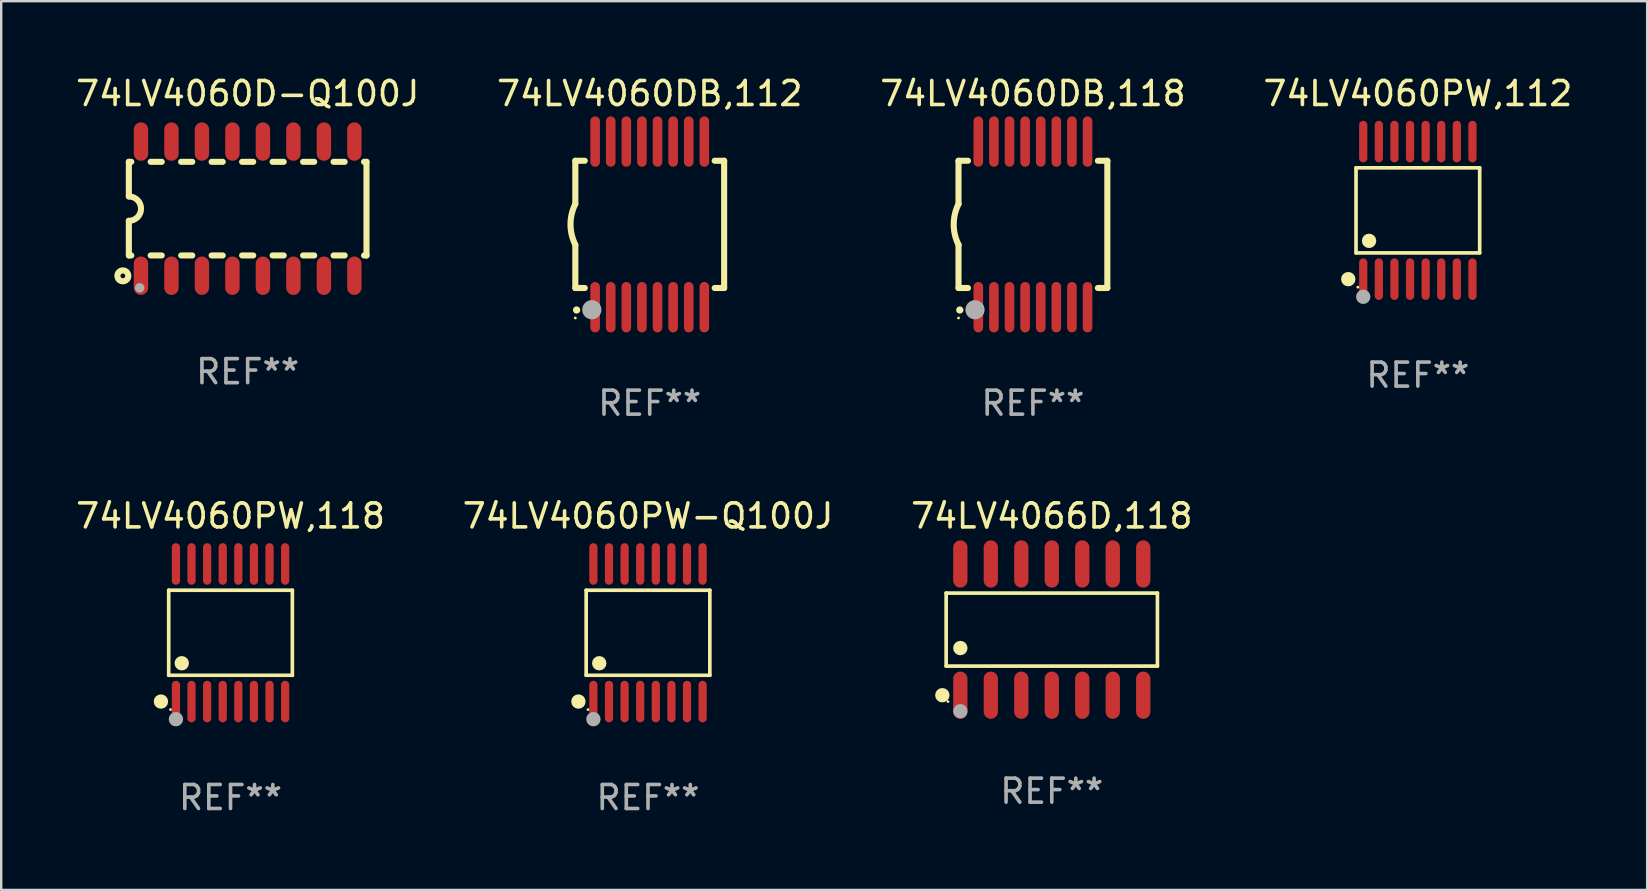
<source format=kicad_pcb>
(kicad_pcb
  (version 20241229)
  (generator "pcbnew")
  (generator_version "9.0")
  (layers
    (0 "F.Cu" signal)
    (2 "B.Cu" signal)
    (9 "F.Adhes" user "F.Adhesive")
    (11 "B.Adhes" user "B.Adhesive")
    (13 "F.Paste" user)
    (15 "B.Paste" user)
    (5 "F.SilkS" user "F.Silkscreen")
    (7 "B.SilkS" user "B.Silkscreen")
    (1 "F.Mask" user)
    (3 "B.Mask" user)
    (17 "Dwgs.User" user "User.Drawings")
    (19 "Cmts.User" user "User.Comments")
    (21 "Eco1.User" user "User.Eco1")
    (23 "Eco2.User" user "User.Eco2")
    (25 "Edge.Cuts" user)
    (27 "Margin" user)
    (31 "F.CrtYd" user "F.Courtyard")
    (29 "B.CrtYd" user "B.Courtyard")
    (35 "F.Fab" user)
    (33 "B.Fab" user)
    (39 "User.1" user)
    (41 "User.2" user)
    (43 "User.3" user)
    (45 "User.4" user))
  (footprint "74LV4060DB,112"
    (layer "F.Cu")
    (at 24.018 6.298)
    (property "Reference" "74LV4060DB,112" (at 0 -5.45 0) (layer "F.SilkS") (effects (font (size 1 1) (thickness 0.15))))
    (attr through_hole)
    (fp_line (start -3.1 -2.65) (end -3.1 -0.85) (stroke (width 0.254) (type solid)) (layer "F.SilkS"))
    (fp_line (start -3.1 -2.65) (end -2.706 -2.65) (stroke (width 0.254) (type solid)) (layer "F.SilkS"))
    (fp_line (start -3.1 2.65) (end -3.1 0.85) (stroke (width 0.254) (type solid)) (layer "F.SilkS"))
    (fp_line (start -3.1 2.65) (end -2.706 2.65) (stroke (width 0.254) (type solid)) (layer "F.SilkS"))
    (fp_line (start 2.706 -2.65) (end 3.1 -2.65) (stroke (width 0.254) (type solid)) (layer "F.SilkS"))
    (fp_line (start 2.706 2.65) (end 3.1 2.65) (stroke (width 0.254) (type solid)) (layer "F.SilkS"))
    (fp_line (start 3.1 -2.65) (end 3.1 2.65) (stroke (width 0.254) (type solid)) (layer "F.SilkS"))
    (fp_arc (start -3.098907 0.850902) (mid -3.300057 0.000523) (end -3.1 -0.850114) (stroke (width 0.254001) (type solid)) (layer "F.SilkS"))
    (fp_arc (start -3.048006 3.566066) (mid -3.046736 3.566061) (end -3.045466 3.566066) (stroke (width 0.3) (type solid)) (layer "F.SilkS"))
    (fp_circle (center -3.1 3.9) (end -3.07 3.9) (stroke (width 0.06) (type solid)) (fill no) (layer "F.SilkS"))
    (fp_circle (center -2.413 3.556) (end -2.213 3.556) (stroke (width 0.4) (type solid)) (fill no) (layer "F.Fab"))
    (fp_text user "REF**" (at 0 7.45 0) (layer "F.Fab") (effects (font (size 1 1) (thickness 0.15))))
    (pad "1" smd oval (at -2.275 3.45 180) (size 0.4 2.1) (layers "F.Cu" "F.Mask" "F.Paste"))
    (pad "2" smd oval (at -1.625 3.45 180) (size 0.4 2.1) (layers "F.Cu" "F.Mask" "F.Paste"))
    (pad "3" smd oval (at -0.975 3.45 180) (size 0.4 2.1) (layers "F.Cu" "F.Mask" "F.Paste"))
    (pad "4" smd oval (at -0.325 3.45 180) (size 0.4 2.1) (layers "F.Cu" "F.Mask" "F.Paste"))
    (pad "5" smd oval (at 0.325 3.45 180) (size 0.4 2.1) (layers "F.Cu" "F.Mask" "F.Paste"))
    (pad "6" smd oval (at 0.975 3.45 180) (size 0.4 2.1) (layers "F.Cu" "F.Mask" "F.Paste"))
    (pad "7" smd oval (at 1.625 3.45 180) (size 0.4 2.1) (layers "F.Cu" "F.Mask" "F.Paste"))
    (pad "8" smd oval (at 2.275 3.45 180) (size 0.4 2.1) (layers "F.Cu" "F.Mask" "F.Paste"))
    (pad "9" smd oval (at 2.275 -3.45 180) (size 0.4 2.1) (layers "F.Cu" "F.Mask" "F.Paste"))
    (pad "10" smd oval (at 1.625 -3.45 180) (size 0.4 2.1) (layers "F.Cu" "F.Mask" "F.Paste"))
    (pad "11" smd oval (at 0.975 -3.45 180) (size 0.4 2.1) (layers "F.Cu" "F.Mask" "F.Paste"))
    (pad "12" smd oval (at 0.325 -3.45 180) (size 0.4 2.1) (layers "F.Cu" "F.Mask" "F.Paste"))
    (pad "13" smd oval (at -0.325 -3.45 180) (size 0.4 2.1) (layers "F.Cu" "F.Mask" "F.Paste"))
    (pad "14" smd oval (at -0.975 -3.45 180) (size 0.4 2.1) (layers "F.Cu" "F.Mask" "F.Paste"))
    (pad "15" smd oval (at -1.625 -3.45 180) (size 0.4 2.1) (layers "F.Cu" "F.Mask" "F.Paste"))
    (pad "16" smd oval (at -2.275 -3.45 180) (size 0.4 2.1) (layers "F.Cu" "F.Mask" "F.Paste")))
  (footprint "74LV4060D-Q100J"
    (layer "F.Cu")
    (at 7.268 5.642)
    (property "Reference" "74LV4060D-Q100J" (at 0 -4.794 0) (layer "F.SilkS") (effects (font (size 1 1) (thickness 0.15))))
    (attr through_hole)
    (fp_line (start -4.95 -1.95) (end -4.95 -0.508) (stroke (width 0.254) (type solid)) (layer "F.SilkS"))
    (fp_line (start -4.95 -1.95) (end -4.849 -1.95) (stroke (width 0.254) (type solid)) (layer "F.SilkS"))
    (fp_line (start -4.95 1.95) (end -4.95 0.508) (stroke (width 0.254) (type solid)) (layer "F.SilkS"))
    (fp_line (start -4.95 1.95) (end -4.849 1.95) (stroke (width 0.254) (type solid)) (layer "F.SilkS"))
    (fp_line (start -4.041 -1.95) (end -3.579 -1.95) (stroke (width 0.254) (type solid)) (layer "F.SilkS"))
    (fp_line (start -4.041 1.95) (end -3.579 1.95) (stroke (width 0.254) (type solid)) (layer "F.SilkS"))
    (fp_line (start -2.771 -1.95) (end -2.309 -1.95) (stroke (width 0.254) (type solid)) (layer "F.SilkS"))
    (fp_line (start -2.771 1.95) (end -2.309 1.95) (stroke (width 0.254) (type solid)) (layer "F.SilkS"))
    (fp_line (start -1.501 -1.95) (end -1.039 -1.95) (stroke (width 0.254) (type solid)) (layer "F.SilkS"))
    (fp_line (start -1.501 1.95) (end -1.039 1.95) (stroke (width 0.254) (type solid)) (layer "F.SilkS"))
    (fp_line (start -0.231 -1.95) (end 0.231 -1.95) (stroke (width 0.254) (type solid)) (layer "F.SilkS"))
    (fp_line (start -0.231 1.95) (end 0.231 1.95) (stroke (width 0.254) (type solid)) (layer "F.SilkS"))
    (fp_line (start 1.039 -1.95) (end 1.501 -1.95) (stroke (width 0.254) (type solid)) (layer "F.SilkS"))
    (fp_line (start 1.039 1.95) (end 1.501 1.95) (stroke (width 0.254) (type solid)) (layer "F.SilkS"))
    (fp_line (start 2.309 -1.95) (end 2.771 -1.95) (stroke (width 0.254) (type solid)) (layer "F.SilkS"))
    (fp_line (start 2.309 1.95) (end 2.771 1.95) (stroke (width 0.254) (type solid)) (layer "F.SilkS"))
    (fp_line (start 3.579 -1.95) (end 4.041 -1.95) (stroke (width 0.254) (type solid)) (layer "F.SilkS"))
    (fp_line (start 3.579 1.95) (end 4.041 1.95) (stroke (width 0.254) (type solid)) (layer "F.SilkS"))
    (fp_line (start 4.849 -1.95) (end 4.95 -1.95) (stroke (width 0.254) (type solid)) (layer "F.SilkS"))
    (fp_line (start 4.849 1.95) (end 4.95 1.95) (stroke (width 0.254) (type solid)) (layer "F.SilkS"))
    (fp_line (start 4.95 -1.95) (end 4.95 1.95) (stroke (width 0.254) (type solid)) (layer "F.SilkS"))
    (fp_arc (start -4.95047 -0.508001) (mid -4.442469 -0.000228) (end -4.950013 0.508001) (stroke (width 0.254001) (type solid)) (layer "F.SilkS"))
    (fp_circle (center -5.2 2.8) (end -5.1 2.8) (stroke (width 0.254) (type solid)) (fill no) (layer "F.SilkS"))
    (fp_circle (center -4.95 2.947) (end -4.92 2.947) (stroke (width 0.06) (type solid)) (fill no) (layer "F.SilkS"))
    (fp_circle (center -4.5 3.3) (end -4.4 3.3) (stroke (width 0.2) (type solid)) (fill no) (layer "F.Fab"))
    (fp_text user "REF**" (at 0 6.794 0) (layer "F.Fab") (effects (font (size 1 1) (thickness 0.15))))
    (pad "1" smd oval (at -4.445 2.794) (size 0.6 1.6) (layers "F.Cu" "F.Mask" "F.Paste"))
    (pad "2" smd oval (at -3.175 2.794) (size 0.6 1.6) (layers "F.Cu" "F.Mask" "F.Paste"))
    (pad "3" smd oval (at -1.905 2.794) (size 0.6 1.6) (layers "F.Cu" "F.Mask" "F.Paste"))
    (pad "4" smd oval (at -0.635 2.794) (size 0.6 1.6) (layers "F.Cu" "F.Mask" "F.Paste"))
    (pad "5" smd oval (at 0.635 2.794) (size 0.6 1.6) (layers "F.Cu" "F.Mask" "F.Paste"))
    (pad "6" smd oval (at 1.905 2.794) (size 0.6 1.6) (layers "F.Cu" "F.Mask" "F.Paste"))
    (pad "7" smd oval (at 3.175 2.794) (size 0.6 1.6) (layers "F.Cu" "F.Mask" "F.Paste"))
    (pad "8" smd oval (at 4.445 2.794) (size 0.6 1.6) (layers "F.Cu" "F.Mask" "F.Paste"))
    (pad "9" smd oval (at 4.445 -2.794) (size 0.6 1.6) (layers "F.Cu" "F.Mask" "F.Paste"))
    (pad "10" smd oval (at 3.175 -2.794) (size 0.6 1.6) (layers "F.Cu" "F.Mask" "F.Paste"))
    (pad "11" smd oval (at 1.905 -2.794) (size 0.6 1.6) (layers "F.Cu" "F.Mask" "F.Paste"))
    (pad "12" smd oval (at 0.635 -2.794) (size 0.6 1.6) (layers "F.Cu" "F.Mask" "F.Paste"))
    (pad "13" smd oval (at -0.635 -2.794) (size 0.6 1.6) (layers "F.Cu" "F.Mask" "F.Paste"))
    (pad "14" smd oval (at -1.905 -2.794) (size 0.6 1.6) (layers "F.Cu" "F.Mask" "F.Paste"))
    (pad "15" smd oval (at -3.175 -2.794) (size 0.6 1.6) (layers "F.Cu" "F.Mask" "F.Paste"))
    (pad "16" smd oval (at -4.445 -2.794) (size 0.6 1.6) (layers "F.Cu" "F.Mask" "F.Paste")))
  (footprint "74LV4066D,118"
    (layer "F.Cu")
    (at 40.768 23.179)
    (property "Reference" "74LV4066D,118" (at 0 -4.734 0) (layer "F.SilkS") (effects (font (size 1 1) (thickness 0.15))))
    (attr through_hole)
    (fp_line (start -4.401 -1.521) (end 4.401 -1.521) (stroke (width 0.152) (type solid)) (layer "F.SilkS"))
    (fp_line (start -4.401 1.521) (end -4.401 -1.521) (stroke (width 0.152) (type solid)) (layer "F.SilkS"))
    (fp_line (start 4.401 -1.521) (end 4.401 1.521) (stroke (width 0.152) (type solid)) (layer "F.SilkS"))
    (fp_line (start 4.401 1.521) (end -4.401 1.521) (stroke (width 0.152) (type solid)) (layer "F.SilkS"))
    (fp_circle (center -4.56 2.734) (end -4.41 2.734) (stroke (width 0.3) (type solid)) (fill no) (layer "F.SilkS"))
    (fp_circle (center -4.325 3) (end -4.295 3) (stroke (width 0.06) (type solid)) (fill no) (layer "F.SilkS"))
    (fp_circle (center -3.81 0.769) (end -3.66 0.769) (stroke (width 0.3) (type solid)) (fill no) (layer "F.SilkS"))
    (fp_circle (center -3.81 3.4) (end -3.66 3.4) (stroke (width 0.3) (type solid)) (fill no) (layer "F.Fab"))
    (fp_text user "REF**" (at 0 6.734 0) (layer "F.Fab") (effects (font (size 1 1) (thickness 0.15))))
    (pad "1" smd oval (at -3.81 2.734) (size 0.595 1.968) (layers "F.Cu" "F.Mask" "F.Paste"))
    (pad "2" smd oval (at -2.54 2.734) (size 0.595 1.968) (layers "F.Cu" "F.Mask" "F.Paste"))
    (pad "3" smd oval (at -1.27 2.734) (size 0.595 1.968) (layers "F.Cu" "F.Mask" "F.Paste"))
    (pad "4" smd oval (at 0 2.734) (size 0.595 1.968) (layers "F.Cu" "F.Mask" "F.Paste"))
    (pad "5" smd oval (at 1.27 2.734) (size 0.595 1.968) (layers "F.Cu" "F.Mask" "F.Paste"))
    (pad "6" smd oval (at 2.54 2.734) (size 0.595 1.968) (layers "F.Cu" "F.Mask" "F.Paste"))
    (pad "7" smd oval (at 3.81 2.734) (size 0.595 1.968) (layers "F.Cu" "F.Mask" "F.Paste"))
    (pad "8" smd oval (at 3.81 -2.734) (size 0.595 1.968) (layers "F.Cu" "F.Mask" "F.Paste"))
    (pad "9" smd oval (at 2.54 -2.734) (size 0.595 1.968) (layers "F.Cu" "F.Mask" "F.Paste"))
    (pad "10" smd oval (at 1.27 -2.734) (size 0.595 1.968) (layers "F.Cu" "F.Mask" "F.Paste"))
    (pad "11" smd oval (at 0 -2.734) (size 0.595 1.968) (layers "F.Cu" "F.Mask" "F.Paste"))
    (pad "12" smd oval (at -1.27 -2.734) (size 0.595 1.968) (layers "F.Cu" "F.Mask" "F.Paste"))
    (pad "13" smd oval (at -2.54 -2.734) (size 0.595 1.968) (layers "F.Cu" "F.Mask" "F.Paste"))
    (pad "14" smd oval (at -3.81 -2.734) (size 0.595 1.968) (layers "F.Cu" "F.Mask" "F.Paste")))
  (footprint "74LV4060PW,118"
    (layer "F.Cu")
    (at 6.554 23.311)
    (property "Reference" "74LV4060PW,118" (at 0 -4.866 0) (layer "F.SilkS") (effects (font (size 1 1) (thickness 0.15))))
    (attr through_hole)
    (fp_line (start -2.576 -1.772) (end 2.576 -1.772) (stroke (width 0.152) (type solid)) (layer "F.SilkS"))
    (fp_line (start -2.576 1.771) (end -2.576 -1.772) (stroke (width 0.152) (type solid)) (layer "F.SilkS"))
    (fp_line (start 2.576 -1.772) (end 2.576 1.771) (stroke (width 0.152) (type solid)) (layer "F.SilkS"))
    (fp_line (start 2.576 1.771) (end -2.576 1.771) (stroke (width 0.152) (type solid)) (layer "F.SilkS"))
    (fp_circle (center -2.899 2.866) (end -2.749 2.866) (stroke (width 0.3) (type solid)) (fill no) (layer "F.SilkS"))
    (fp_circle (center -2.5 3.2) (end -2.47 3.2) (stroke (width 0.06) (type solid)) (fill no) (layer "F.SilkS"))
    (fp_circle (center -2.032 1.27) (end -1.882 1.27) (stroke (width 0.3) (type solid)) (fill no) (layer "F.SilkS"))
    (fp_circle (center -2.275 3.6) (end -2.125 3.6) (stroke (width 0.3) (type solid)) (fill no) (layer "F.Fab"))
    (fp_text user "REF**" (at 0 6.866 0) (layer "F.Fab") (effects (font (size 1 1) (thickness 0.15))))
    (pad "1" smd oval (at -2.275 2.866) (size 0.343 1.731) (layers "F.Cu" "F.Mask" "F.Paste"))
    (pad "2" smd oval (at -1.625 2.866) (size 0.343 1.731) (layers "F.Cu" "F.Mask" "F.Paste"))
    (pad "3" smd oval (at -0.975 2.866) (size 0.343 1.731) (layers "F.Cu" "F.Mask" "F.Paste"))
    (pad "4" smd oval (at -0.325 2.866) (size 0.343 1.731) (layers "F.Cu" "F.Mask" "F.Paste"))
    (pad "5" smd oval (at 0.325 2.866) (size 0.343 1.731) (layers "F.Cu" "F.Mask" "F.Paste"))
    (pad "6" smd oval (at 0.975 2.866) (size 0.343 1.731) (layers "F.Cu" "F.Mask" "F.Paste"))
    (pad "7" smd oval (at 1.625 2.866) (size 0.343 1.731) (layers "F.Cu" "F.Mask" "F.Paste"))
    (pad "8" smd oval (at 2.275 2.866) (size 0.343 1.731) (layers "F.Cu" "F.Mask" "F.Paste"))
    (pad "9" smd oval (at 2.275 -2.866) (size 0.343 1.731) (layers "F.Cu" "F.Mask" "F.Paste"))
    (pad "10" smd oval (at 1.625 -2.866) (size 0.343 1.731) (layers "F.Cu" "F.Mask" "F.Paste"))
    (pad "11" smd oval (at 0.975 -2.866) (size 0.343 1.731) (layers "F.Cu" "F.Mask" "F.Paste"))
    (pad "12" smd oval (at 0.325 -2.866) (size 0.343 1.731) (layers "F.Cu" "F.Mask" "F.Paste"))
    (pad "13" smd oval (at -0.325 -2.866) (size 0.343 1.731) (layers "F.Cu" "F.Mask" "F.Paste"))
    (pad "14" smd oval (at -0.975 -2.866) (size 0.343 1.731) (layers "F.Cu" "F.Mask" "F.Paste"))
    (pad "15" smd oval (at -1.625 -2.866) (size 0.343 1.731) (layers "F.Cu" "F.Mask" "F.Paste"))
    (pad "16" smd oval (at -2.275 -2.866) (size 0.343 1.731) (layers "F.Cu" "F.Mask" "F.Paste")))
  (footprint "74LV4060PW-Q100J"
    (layer "F.Cu")
    (at 23.946 23.311)
    (property "Reference" "74LV4060PW-Q100J" (at 0 -4.866 0) (layer "F.SilkS") (effects (font (size 1 1) (thickness 0.15))))
    (attr through_hole)
    (fp_line (start -2.576 -1.772) (end 2.576 -1.772) (stroke (width 0.152) (type solid)) (layer "F.SilkS"))
    (fp_line (start -2.576 1.771) (end -2.576 -1.772) (stroke (width 0.152) (type solid)) (layer "F.SilkS"))
    (fp_line (start 2.576 -1.772) (end 2.576 1.771) (stroke (width 0.152) (type solid)) (layer "F.SilkS"))
    (fp_line (start 2.576 1.771) (end -2.576 1.771) (stroke (width 0.152) (type solid)) (layer "F.SilkS"))
    (fp_circle (center -2.899 2.866) (end -2.749 2.866) (stroke (width 0.3) (type solid)) (fill no) (layer "F.SilkS"))
    (fp_circle (center -2.5 3.2) (end -2.47 3.2) (stroke (width 0.06) (type solid)) (fill no) (layer "F.SilkS"))
    (fp_circle (center -2.032 1.27) (end -1.882 1.27) (stroke (width 0.3) (type solid)) (fill no) (layer "F.SilkS"))
    (fp_circle (center -2.275 3.6) (end -2.125 3.6) (stroke (width 0.3) (type solid)) (fill no) (layer "F.Fab"))
    (fp_text user "REF**" (at 0 6.866 0) (layer "F.Fab") (effects (font (size 1 1) (thickness 0.15))))
    (pad "1" smd oval (at -2.275 2.866) (size 0.343 1.731) (layers "F.Cu" "F.Mask" "F.Paste"))
    (pad "2" smd oval (at -1.625 2.866) (size 0.343 1.731) (layers "F.Cu" "F.Mask" "F.Paste"))
    (pad "3" smd oval (at -0.975 2.866) (size 0.343 1.731) (layers "F.Cu" "F.Mask" "F.Paste"))
    (pad "4" smd oval (at -0.325 2.866) (size 0.343 1.731) (layers "F.Cu" "F.Mask" "F.Paste"))
    (pad "5" smd oval (at 0.325 2.866) (size 0.343 1.731) (layers "F.Cu" "F.Mask" "F.Paste"))
    (pad "6" smd oval (at 0.975 2.866) (size 0.343 1.731) (layers "F.Cu" "F.Mask" "F.Paste"))
    (pad "7" smd oval (at 1.625 2.866) (size 0.343 1.731) (layers "F.Cu" "F.Mask" "F.Paste"))
    (pad "8" smd oval (at 2.275 2.866) (size 0.343 1.731) (layers "F.Cu" "F.Mask" "F.Paste"))
    (pad "9" smd oval (at 2.275 -2.866) (size 0.343 1.731) (layers "F.Cu" "F.Mask" "F.Paste"))
    (pad "10" smd oval (at 1.625 -2.866) (size 0.343 1.731) (layers "F.Cu" "F.Mask" "F.Paste"))
    (pad "11" smd oval (at 0.975 -2.866) (size 0.343 1.731) (layers "F.Cu" "F.Mask" "F.Paste"))
    (pad "12" smd oval (at 0.325 -2.866) (size 0.343 1.731) (layers "F.Cu" "F.Mask" "F.Paste"))
    (pad "13" smd oval (at -0.325 -2.866) (size 0.343 1.731) (layers "F.Cu" "F.Mask" "F.Paste"))
    (pad "14" smd oval (at -0.975 -2.866) (size 0.343 1.731) (layers "F.Cu" "F.Mask" "F.Paste"))
    (pad "15" smd oval (at -1.625 -2.866) (size 0.343 1.731) (layers "F.Cu" "F.Mask" "F.Paste"))
    (pad "16" smd oval (at -2.275 -2.866) (size 0.343 1.731) (layers "F.Cu" "F.Mask" "F.Paste")))
  (footprint "74LV4060DB,118"
    (layer "F.Cu")
    (at 39.982 6.298)
    (property "Reference" "74LV4060DB,118" (at 0 -5.45 0) (layer "F.SilkS") (effects (font (size 1 1) (thickness 0.15))))
    (attr through_hole)
    (fp_line (start -3.1 -2.65) (end -3.1 -0.85) (stroke (width 0.254) (type solid)) (layer "F.SilkS"))
    (fp_line (start -3.1 -2.65) (end -2.706 -2.65) (stroke (width 0.254) (type solid)) (layer "F.SilkS"))
    (fp_line (start -3.1 2.65) (end -3.1 0.85) (stroke (width 0.254) (type solid)) (layer "F.SilkS"))
    (fp_line (start -3.1 2.65) (end -2.706 2.65) (stroke (width 0.254) (type solid)) (layer "F.SilkS"))
    (fp_line (start 2.706 -2.65) (end 3.1 -2.65) (stroke (width 0.254) (type solid)) (layer "F.SilkS"))
    (fp_line (start 2.706 2.65) (end 3.1 2.65) (stroke (width 0.254) (type solid)) (layer "F.SilkS"))
    (fp_line (start 3.1 -2.65) (end 3.1 2.65) (stroke (width 0.254) (type solid)) (layer "F.SilkS"))
    (fp_arc (start -3.098907 0.850902) (mid -3.300057 0.000523) (end -3.1 -0.850114) (stroke (width 0.254001) (type solid)) (layer "F.SilkS"))
    (fp_arc (start -3.048006 3.566066) (mid -3.046736 3.566061) (end -3.045466 3.566066) (stroke (width 0.3) (type solid)) (layer "F.SilkS"))
    (fp_circle (center -3.1 3.9) (end -3.07 3.9) (stroke (width 0.06) (type solid)) (fill no) (layer "F.SilkS"))
    (fp_circle (center -2.413 3.556) (end -2.213 3.556) (stroke (width 0.4) (type solid)) (fill no) (layer "F.Fab"))
    (fp_text user "REF**" (at 0 7.45 0) (layer "F.Fab") (effects (font (size 1 1) (thickness 0.15))))
    (pad "1" smd oval (at -2.275 3.45 180) (size 0.4 2.1) (layers "F.Cu" "F.Mask" "F.Paste"))
    (pad "2" smd oval (at -1.625 3.45 180) (size 0.4 2.1) (layers "F.Cu" "F.Mask" "F.Paste"))
    (pad "3" smd oval (at -0.975 3.45 180) (size 0.4 2.1) (layers "F.Cu" "F.Mask" "F.Paste"))
    (pad "4" smd oval (at -0.325 3.45 180) (size 0.4 2.1) (layers "F.Cu" "F.Mask" "F.Paste"))
    (pad "5" smd oval (at 0.325 3.45 180) (size 0.4 2.1) (layers "F.Cu" "F.Mask" "F.Paste"))
    (pad "6" smd oval (at 0.975 3.45 180) (size 0.4 2.1) (layers "F.Cu" "F.Mask" "F.Paste"))
    (pad "7" smd oval (at 1.625 3.45 180) (size 0.4 2.1) (layers "F.Cu" "F.Mask" "F.Paste"))
    (pad "8" smd oval (at 2.275 3.45 180) (size 0.4 2.1) (layers "F.Cu" "F.Mask" "F.Paste"))
    (pad "9" smd oval (at 2.275 -3.45 180) (size 0.4 2.1) (layers "F.Cu" "F.Mask" "F.Paste"))
    (pad "10" smd oval (at 1.625 -3.45 180) (size 0.4 2.1) (layers "F.Cu" "F.Mask" "F.Paste"))
    (pad "11" smd oval (at 0.975 -3.45 180) (size 0.4 2.1) (layers "F.Cu" "F.Mask" "F.Paste"))
    (pad "12" smd oval (at 0.325 -3.45 180) (size 0.4 2.1) (layers "F.Cu" "F.Mask" "F.Paste"))
    (pad "13" smd oval (at -0.325 -3.45 180) (size 0.4 2.1) (layers "F.Cu" "F.Mask" "F.Paste"))
    (pad "14" smd oval (at -0.975 -3.45 180) (size 0.4 2.1) (layers "F.Cu" "F.Mask" "F.Paste"))
    (pad "15" smd oval (at -1.625 -3.45 180) (size 0.4 2.1) (layers "F.Cu" "F.Mask" "F.Paste"))
    (pad "16" smd oval (at -2.275 -3.45 180) (size 0.4 2.1) (layers "F.Cu" "F.Mask" "F.Paste")))
  (footprint "74LV4060PW,112"
    (layer "F.Cu")
    (at 56.018 5.714)
    (property "Reference" "74LV4060PW,112" (at 0 -4.866 0) (layer "F.SilkS") (effects (font (size 1 1) (thickness 0.15))))
    (attr through_hole)
    (fp_line (start -2.576 -1.772) (end 2.576 -1.772) (stroke (width 0.152) (type solid)) (layer "F.SilkS"))
    (fp_line (start -2.576 1.771) (end -2.576 -1.772) (stroke (width 0.152) (type solid)) (layer "F.SilkS"))
    (fp_line (start 2.576 -1.772) (end 2.576 1.771) (stroke (width 0.152) (type solid)) (layer "F.SilkS"))
    (fp_line (start 2.576 1.771) (end -2.576 1.771) (stroke (width 0.152) (type solid)) (layer "F.SilkS"))
    (fp_circle (center -2.899 2.866) (end -2.749 2.866) (stroke (width 0.3) (type solid)) (fill no) (layer "F.SilkS"))
    (fp_circle (center -2.5 3.2) (end -2.47 3.2) (stroke (width 0.06) (type solid)) (fill no) (layer "F.SilkS"))
    (fp_circle (center -2.032 1.27) (end -1.882 1.27) (stroke (width 0.3) (type solid)) (fill no) (layer "F.SilkS"))
    (fp_circle (center -2.275 3.6) (end -2.125 3.6) (stroke (width 0.3) (type solid)) (fill no) (layer "F.Fab"))
    (fp_text user "REF**" (at 0 6.866 0) (layer "F.Fab") (effects (font (size 1 1) (thickness 0.15))))
    (pad "1" smd oval (at -2.275 2.866) (size 0.343 1.731) (layers "F.Cu" "F.Mask" "F.Paste"))
    (pad "2" smd oval (at -1.625 2.866) (size 0.343 1.731) (layers "F.Cu" "F.Mask" "F.Paste"))
    (pad "3" smd oval (at -0.975 2.866) (size 0.343 1.731) (layers "F.Cu" "F.Mask" "F.Paste"))
    (pad "4" smd oval (at -0.325 2.866) (size 0.343 1.731) (layers "F.Cu" "F.Mask" "F.Paste"))
    (pad "5" smd oval (at 0.325 2.866) (size 0.343 1.731) (layers "F.Cu" "F.Mask" "F.Paste"))
    (pad "6" smd oval (at 0.975 2.866) (size 0.343 1.731) (layers "F.Cu" "F.Mask" "F.Paste"))
    (pad "7" smd oval (at 1.625 2.866) (size 0.343 1.731) (layers "F.Cu" "F.Mask" "F.Paste"))
    (pad "8" smd oval (at 2.275 2.866) (size 0.343 1.731) (layers "F.Cu" "F.Mask" "F.Paste"))
    (pad "9" smd oval (at 2.275 -2.866) (size 0.343 1.731) (layers "F.Cu" "F.Mask" "F.Paste"))
    (pad "10" smd oval (at 1.625 -2.866) (size 0.343 1.731) (layers "F.Cu" "F.Mask" "F.Paste"))
    (pad "11" smd oval (at 0.975 -2.866) (size 0.343 1.731) (layers "F.Cu" "F.Mask" "F.Paste"))
    (pad "12" smd oval (at 0.325 -2.866) (size 0.343 1.731) (layers "F.Cu" "F.Mask" "F.Paste"))
    (pad "13" smd oval (at -0.325 -2.866) (size 0.343 1.731) (layers "F.Cu" "F.Mask" "F.Paste"))
    (pad "14" smd oval (at -0.975 -2.866) (size 0.343 1.731) (layers "F.Cu" "F.Mask" "F.Paste"))
    (pad "15" smd oval (at -1.625 -2.866) (size 0.343 1.731) (layers "F.Cu" "F.Mask" "F.Paste"))
    (pad "16" smd oval (at -2.275 -2.866) (size 0.343 1.731) (layers "F.Cu" "F.Mask" "F.Paste")))
  (gr_rect
    (start -3 -3)
    (end 65.571 34.025)
    (stroke (width 0.1) (type default))
    (fill no)
    (layer "Edge.Cuts")))
</source>
